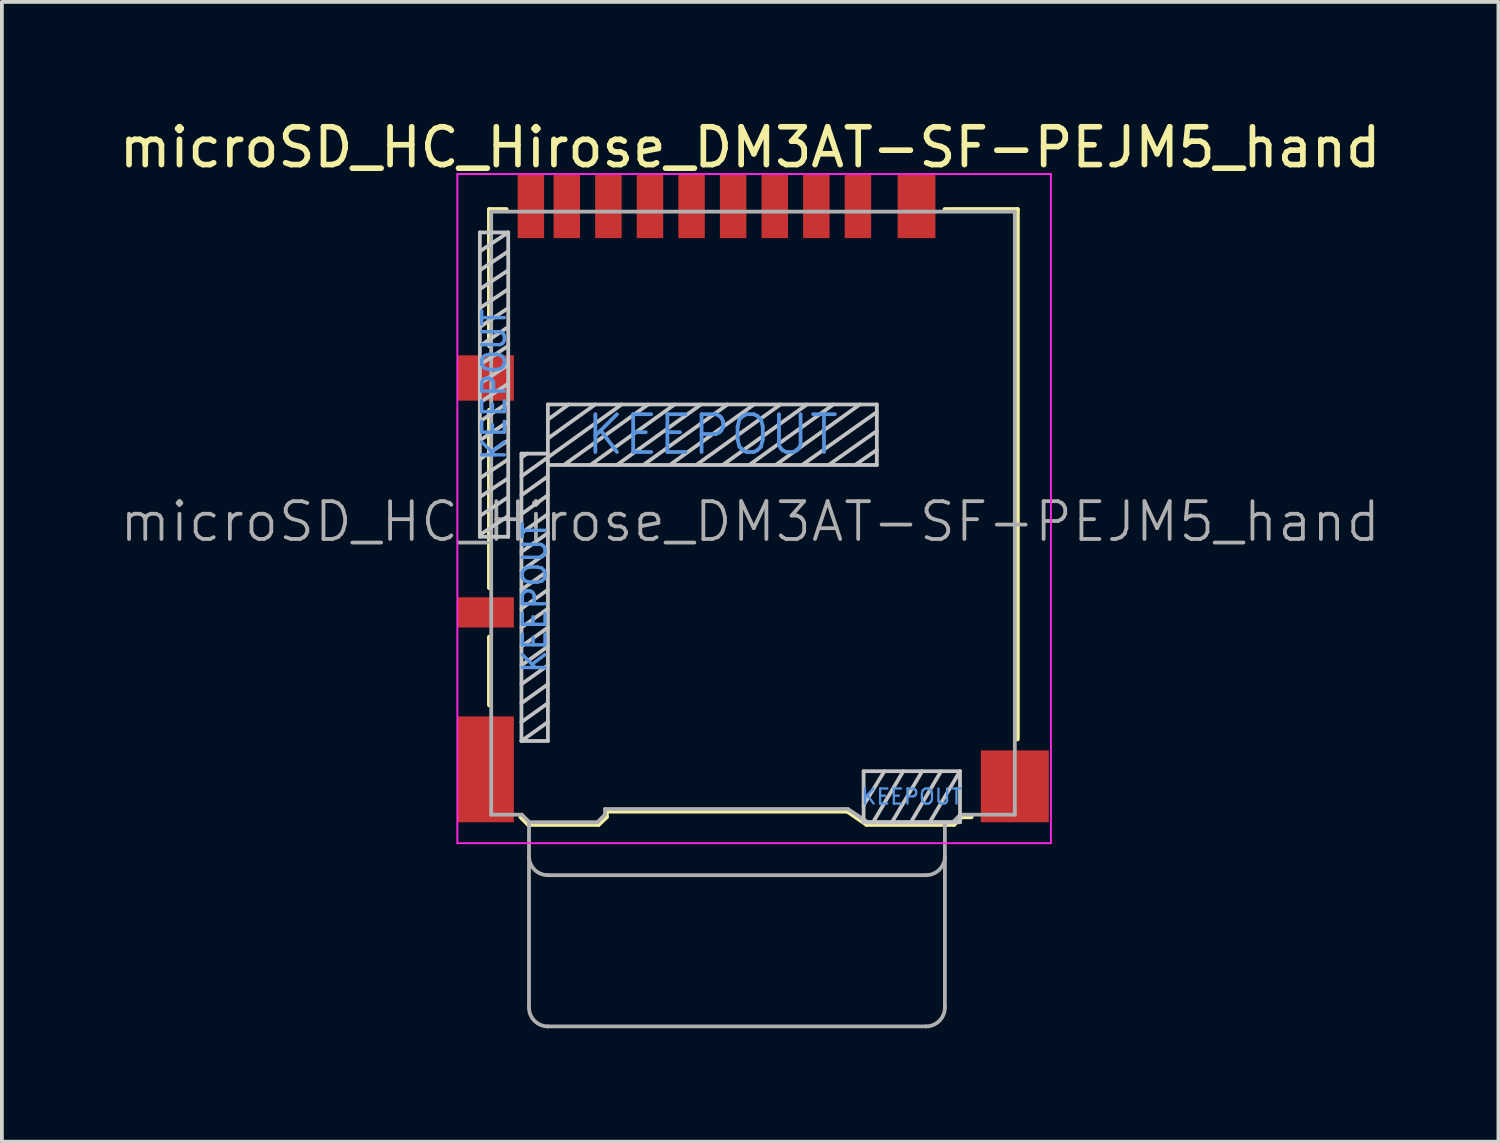
<source format=kicad_pcb>
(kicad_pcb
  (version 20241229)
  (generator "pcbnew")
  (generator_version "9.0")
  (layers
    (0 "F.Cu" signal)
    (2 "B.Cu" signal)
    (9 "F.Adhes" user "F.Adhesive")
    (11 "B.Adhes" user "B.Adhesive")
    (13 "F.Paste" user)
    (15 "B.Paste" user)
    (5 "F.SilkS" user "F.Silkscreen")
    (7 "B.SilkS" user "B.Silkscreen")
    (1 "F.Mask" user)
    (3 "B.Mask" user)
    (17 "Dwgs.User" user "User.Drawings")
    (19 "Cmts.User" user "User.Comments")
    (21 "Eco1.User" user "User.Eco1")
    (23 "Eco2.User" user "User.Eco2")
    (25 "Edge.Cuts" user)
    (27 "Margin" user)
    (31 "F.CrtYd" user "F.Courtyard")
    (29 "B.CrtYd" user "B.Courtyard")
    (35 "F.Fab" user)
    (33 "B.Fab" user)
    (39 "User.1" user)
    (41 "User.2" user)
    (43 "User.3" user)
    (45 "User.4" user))
  (footprint "microSD_HC_Hirose_DM3AT-SF-PEJM5_hand"
    (layer "F.Cu")
    (at 16.867 10.373)
    (property "Reference" "microSD_HC_Hirose_DM3AT-SF-PEJM5_hand" (at -0.075 -9.525 180) (layer "F.SilkS") (effects (font (size 1 1) (thickness 0.15))))
    (attr smd)
    (fp_line (start -6.975 -7.885) (end -6.975 -4.275) (stroke (width 0.12) (type solid)) (layer "F.SilkS"))
    (fp_line (start -6.975 -2.575) (end -6.975 2.125) (stroke (width 0.12) (type solid)) (layer "F.SilkS"))
    (fp_line (start -6.975 3.425) (end -6.975 5.225) (stroke (width 0.12) (type solid)) (layer "F.SilkS"))
    (fp_line (start -6.525 -7.885) (end -6.975 -7.885) (stroke (width 0.12) (type solid)) (layer "F.SilkS"))
    (fp_line (start -5.945 8.385) (end -6.145 8.185) (stroke (width 0.12) (type solid)) (layer "F.SilkS"))
    (fp_line (start -5.945 8.385) (end -4.085 8.385) (stroke (width 0.12) (type solid)) (layer "F.SilkS"))
    (fp_line (start -4.085 8.385) (end -3.875 8.185) (stroke (width 0.12) (type solid)) (layer "F.SilkS"))
    (fp_line (start -3.875 8.035) (end -3.875 8.185) (stroke (width 0.12) (type solid)) (layer "F.SilkS"))
    (fp_line (start -3.875 8.035) (end 2.495 8.035) (stroke (width 0.12) (type solid)) (layer "F.SilkS"))
    (fp_line (start 3.005 8.385) (end 2.495 8.035) (stroke (width 0.12) (type solid)) (layer "F.SilkS"))
    (fp_line (start 5.075 -7.885) (end 6.995 -7.885) (stroke (width 0.12) (type solid)) (layer "F.SilkS"))
    (fp_line (start 5.315 8.385) (end 3.005 8.385) (stroke (width 0.12) (type solid)) (layer "F.SilkS"))
    (fp_line (start 5.315 8.385) (end 5.515 8.185) (stroke (width 0.12) (type solid)) (layer "F.SilkS"))
    (fp_line (start 5.515 8.185) (end 5.775 8.185) (stroke (width 0.12) (type solid)) (layer "F.SilkS"))
    (fp_line (start 6.995 -7.885) (end 6.995 6.125) (stroke (width 0.12) (type solid)) (layer "F.SilkS"))
    (fp_line (start -7.225 -7.275) (end -6.475 -7.275) (stroke (width 0.1) (type solid)) (layer "Dwgs.User"))
    (fp_line (start -7.225 0.775) (end -7.225 -7.275) (stroke (width 0.1) (type solid)) (layer "Dwgs.User"))
    (fp_line (start -6.475 -7.275) (end -7.225 -6.775) (stroke (width 0.1) (type solid)) (layer "Dwgs.User"))
    (fp_line (start -6.475 -7.275) (end -6.475 0.775) (stroke (width 0.1) (type solid)) (layer "Dwgs.User"))
    (fp_line (start -6.475 -6.775) (end -7.225 -6.275) (stroke (width 0.1) (type solid)) (layer "Dwgs.User"))
    (fp_line (start -6.475 -6.275) (end -7.225 -5.775) (stroke (width 0.1) (type solid)) (layer "Dwgs.User"))
    (fp_line (start -6.475 -5.775) (end -7.225 -5.275) (stroke (width 0.1) (type solid)) (layer "Dwgs.User"))
    (fp_line (start -6.475 -5.275) (end -7.225 -4.775) (stroke (width 0.1) (type solid)) (layer "Dwgs.User"))
    (fp_line (start -6.475 -4.775) (end -7.225 -4.275) (stroke (width 0.1) (type solid)) (layer "Dwgs.User"))
    (fp_line (start -6.475 -4.275) (end -7.225 -3.775) (stroke (width 0.1) (type solid)) (layer "Dwgs.User"))
    (fp_line (start -6.475 -3.775) (end -7.225 -3.275) (stroke (width 0.1) (type solid)) (layer "Dwgs.User"))
    (fp_line (start -6.475 -3.275) (end -7.225 -2.775) (stroke (width 0.1) (type solid)) (layer "Dwgs.User"))
    (fp_line (start -6.475 -2.775) (end -7.225 -2.275) (stroke (width 0.1) (type solid)) (layer "Dwgs.User"))
    (fp_line (start -6.475 -2.275) (end -7.225 -1.775) (stroke (width 0.1) (type solid)) (layer "Dwgs.User"))
    (fp_line (start -6.475 -1.775) (end -7.225 -1.275) (stroke (width 0.1) (type solid)) (layer "Dwgs.User"))
    (fp_line (start -6.475 -1.275) (end -7.225 -0.775) (stroke (width 0.1) (type solid)) (layer "Dwgs.User"))
    (fp_line (start -6.475 -0.775) (end -7.225 -0.275) (stroke (width 0.1) (type solid)) (layer "Dwgs.User"))
    (fp_line (start -6.475 -0.275) (end -7.225 0.225) (stroke (width 0.1) (type solid)) (layer "Dwgs.User"))
    (fp_line (start -6.475 0.225) (end -7.225 0.725) (stroke (width 0.1) (type solid)) (layer "Dwgs.User"))
    (fp_line (start -6.475 0.775) (end -7.225 0.775) (stroke (width 0.1) (type solid)) (layer "Dwgs.User"))
    (fp_line (start -6.125 -1.425) (end -5.425 -1.425) (stroke (width 0.1) (type solid)) (layer "Dwgs.User"))
    (fp_line (start -6.125 -1.325) (end -5.975 -1.425) (stroke (width 0.1) (type solid)) (layer "Dwgs.User"))
    (fp_line (start -6.125 -0.825) (end -5.425 -1.325) (stroke (width 0.1) (type solid)) (layer "Dwgs.User"))
    (fp_line (start -6.125 -0.325) (end -5.425 -0.825) (stroke (width 0.1) (type solid)) (layer "Dwgs.User"))
    (fp_line (start -6.125 0.175) (end -5.425 -0.325) (stroke (width 0.1) (type solid)) (layer "Dwgs.User"))
    (fp_line (start -6.125 0.675) (end -5.425 0.175) (stroke (width 0.1) (type solid)) (layer "Dwgs.User"))
    (fp_line (start -6.125 1.175) (end -5.425 0.675) (stroke (width 0.1) (type solid)) (layer "Dwgs.User"))
    (fp_line (start -6.125 1.675) (end -5.425 1.175) (stroke (width 0.1) (type solid)) (layer "Dwgs.User"))
    (fp_line (start -6.125 2.175) (end -5.425 1.675) (stroke (width 0.1) (type solid)) (layer "Dwgs.User"))
    (fp_line (start -6.125 2.675) (end -5.425 2.175) (stroke (width 0.1) (type solid)) (layer "Dwgs.User"))
    (fp_line (start -6.125 3.175) (end -5.425 2.675) (stroke (width 0.1) (type solid)) (layer "Dwgs.User"))
    (fp_line (start -6.125 3.675) (end -5.425 3.175) (stroke (width 0.1) (type solid)) (layer "Dwgs.User"))
    (fp_line (start -6.125 4.175) (end -5.425 3.675) (stroke (width 0.1) (type solid)) (layer "Dwgs.User"))
    (fp_line (start -6.125 4.675) (end -5.425 4.175) (stroke (width 0.1) (type solid)) (layer "Dwgs.User"))
    (fp_line (start -6.125 5.175) (end -5.425 4.675) (stroke (width 0.1) (type solid)) (layer "Dwgs.User"))
    (fp_line (start -6.125 5.675) (end -5.425 5.175) (stroke (width 0.1) (type solid)) (layer "Dwgs.User"))
    (fp_line (start -6.125 6.175) (end -6.125 -1.425) (stroke (width 0.1) (type solid)) (layer "Dwgs.User"))
    (fp_line (start -6.125 6.175) (end -5.425 5.675) (stroke (width 0.1) (type solid)) (layer "Dwgs.User"))
    (fp_line (start -5.425 -2.725) (end -5.425 6.175) (stroke (width 0.1) (type solid)) (layer "Dwgs.User"))
    (fp_line (start -5.425 -2.725) (end 3.275 -2.725) (stroke (width 0.1) (type solid)) (layer "Dwgs.User"))
    (fp_line (start -5.425 -1.325) (end -3.475 -2.725) (stroke (width 0.1) (type solid)) (layer "Dwgs.User"))
    (fp_line (start -5.425 6.175) (end -6.125 6.175) (stroke (width 0.1) (type solid)) (layer "Dwgs.User"))
    (fp_line (start -4.875 -2.725) (end -5.425 -2.325) (stroke (width 0.1) (type solid)) (layer "Dwgs.User"))
    (fp_line (start -4.175 -2.725) (end -5.425 -1.825) (stroke (width 0.1) (type solid)) (layer "Dwgs.User"))
    (fp_line (start -2.775 -2.725) (end -5 -1.125) (stroke (width 0.1) (type solid)) (layer "Dwgs.User"))
    (fp_line (start -2.075 -2.725) (end -4.3 -1.125) (stroke (width 0.1) (type solid)) (layer "Dwgs.User"))
    (fp_line (start -1.375 -2.725) (end -3.6 -1.125) (stroke (width 0.1) (type solid)) (layer "Dwgs.User"))
    (fp_line (start -0.675 -2.725) (end -2.9 -1.125) (stroke (width 0.1) (type solid)) (layer "Dwgs.User"))
    (fp_line (start 0.025 -2.725) (end -2.2 -1.125) (stroke (width 0.1) (type solid)) (layer "Dwgs.User"))
    (fp_line (start 0.725 -2.725) (end -1.5 -1.125) (stroke (width 0.1) (type solid)) (layer "Dwgs.User"))
    (fp_line (start 1.425 -2.725) (end -0.8 -1.125) (stroke (width 0.1) (type solid)) (layer "Dwgs.User"))
    (fp_line (start 2.125 -2.725) (end -0.1 -1.125) (stroke (width 0.1) (type solid)) (layer "Dwgs.User"))
    (fp_line (start 2.825 -2.725) (end 0.6 -1.125) (stroke (width 0.1) (type solid)) (layer "Dwgs.User"))
    (fp_line (start 2.925 6.975) (end 5.475 6.975) (stroke (width 0.1) (type solid)) (layer "Dwgs.User"))
    (fp_line (start 2.925 8.325) (end 2.925 6.975) (stroke (width 0.1) (type solid)) (layer "Dwgs.User"))
    (fp_line (start 3.275 -2.725) (end 3.275 -1.125) (stroke (width 0.1) (type solid)) (layer "Dwgs.User"))
    (fp_line (start 3.275 -2.525) (end 1.3 -1.125) (stroke (width 0.1) (type solid)) (layer "Dwgs.User"))
    (fp_line (start 3.275 -2.025) (end 2 -1.125) (stroke (width 0.1) (type solid)) (layer "Dwgs.User"))
    (fp_line (start 3.275 -1.525) (end 2.7 -1.125) (stroke (width 0.1) (type solid)) (layer "Dwgs.User"))
    (fp_line (start 3.275 -1.125) (end -5.425 -1.125) (stroke (width 0.1) (type solid)) (layer "Dwgs.User"))
    (fp_line (start 3.475 6.975) (end 2.925 7.875) (stroke (width 0.1) (type solid)) (layer "Dwgs.User"))
    (fp_line (start 3.975 6.975) (end 3.175 8.325) (stroke (width 0.1) (type solid)) (layer "Dwgs.User"))
    (fp_line (start 4.475 6.975) (end 3.675 8.325) (stroke (width 0.1) (type solid)) (layer "Dwgs.User"))
    (fp_line (start 4.975 6.975) (end 4.175 8.325) (stroke (width 0.1) (type solid)) (layer "Dwgs.User"))
    (fp_line (start 5.475 6.975) (end 4.675 8.325) (stroke (width 0.1) (type solid)) (layer "Dwgs.User"))
    (fp_line (start 5.475 6.975) (end 5.475 8.325) (stroke (width 0.1) (type solid)) (layer "Dwgs.User"))
    (fp_line (start 5.475 8.325) (end 2.925 8.325) (stroke (width 0.1) (type solid)) (layer "Dwgs.User"))
    (fp_line (start -7.82 -8.82) (end 7.88 -8.82) (stroke (width 0.05) (type solid)) (layer "F.CrtYd"))
    (fp_line (start -7.82 8.88) (end -7.82 -8.82) (stroke (width 0.05) (type solid)) (layer "F.CrtYd"))
    (fp_line (start 7.88 -8.82) (end 7.88 8.88) (stroke (width 0.05) (type solid)) (layer "F.CrtYd"))
    (fp_line (start 7.88 8.88) (end -7.82 8.88) (stroke (width 0.05) (type solid)) (layer "F.CrtYd"))
    (fp_line (start -6.925 8.125) (end -6.925 -7.825) (stroke (width 0.1) (type solid)) (layer "F.Fab"))
    (fp_line (start -6.115 8.125) (end -6.925 8.125) (stroke (width 0.1) (type solid)) (layer "F.Fab"))
    (fp_line (start -5.925 8.325) (end -5.925 13.225) (stroke (width 0.1) (type solid)) (layer "F.Fab"))
    (fp_line (start -5.915 8.325) (end -6.115 8.125) (stroke (width 0.1) (type solid)) (layer "F.Fab"))
    (fp_line (start -5.425 9.725) (end 4.575 9.725) (stroke (width 0.1) (type solid)) (layer "F.Fab"))
    (fp_line (start -5.425 13.725) (end 4.575 13.725) (stroke (width 0.1) (type solid)) (layer "F.Fab"))
    (fp_line (start -4.115 8.325) (end -5.915 8.325) (stroke (width 0.1) (type solid)) (layer "F.Fab"))
    (fp_line (start -3.915 8.125) (end -4.115 8.325) (stroke (width 0.1) (type solid)) (layer "F.Fab"))
    (fp_line (start -3.915 8.125) (end -3.915 7.975) (stroke (width 0.1) (type solid)) (layer "F.Fab"))
    (fp_line (start 2.51 7.975) (end -3.915 7.975) (stroke (width 0.1) (type solid)) (layer "F.Fab"))
    (fp_line (start 3.035 8.325) (end 2.51 7.975) (stroke (width 0.1) (type solid)) (layer "F.Fab"))
    (fp_line (start 5.075 13.225) (end 5.075 8.325) (stroke (width 0.1) (type solid)) (layer "F.Fab"))
    (fp_line (start 5.285 8.325) (end 3.035 8.325) (stroke (width 0.1) (type solid)) (layer "F.Fab"))
    (fp_line (start 5.285 8.325) (end 5.485 8.125) (stroke (width 0.1) (type solid)) (layer "F.Fab"))
    (fp_line (start 5.485 8.125) (end 6.925 8.125) (stroke (width 0.1) (type solid)) (layer "F.Fab"))
    (fp_line (start 6.925 -7.825) (end -6.925 -7.825) (stroke (width 0.1) (type solid)) (layer "F.Fab"))
    (fp_line (start 6.925 8.125) (end 6.925 -7.825) (stroke (width 0.1) (type solid)) (layer "F.Fab"))
    (fp_arc (start -5.425 9.725) (mid -5.778553 9.578553) (end -5.925 9.225) (stroke (width 0.1) (type solid)) (layer "F.Fab"))
    (fp_arc (start -5.425 13.725) (mid -5.778553 13.578553) (end -5.925 13.225) (stroke (width 0.1) (type solid)) (layer "F.Fab"))
    (fp_arc (start 5.075 9.225) (mid 4.928553 9.578553) (end 4.575 9.725) (stroke (width 0.1) (type solid)) (layer "F.Fab"))
    (fp_arc (start 5.075 13.225) (mid 4.928553 13.578553) (end 4.575 13.725) (stroke (width 0.1) (type solid)) (layer "F.Fab"))
    (fp_text user "KEEPOUT" (at -6.85 -3.25 270) (layer "Cmts.User") (effects (font (size 0.6 0.6) (thickness 0.09))))
    (fp_text user "KEEPOUT" (at -1.075 -1.925 180) (layer "Cmts.User") (effects (font (size 1 1) (thickness 0.1))))
    (fp_text user "KEEPOUT" (at 4.2 7.65 180) (layer "Cmts.User") (effects (font (size 0.4 0.4) (thickness 0.06))))
    (fp_text user "KEEPOUT" (at -5.775 2.375 270) (layer "Cmts.User") (effects (font (size 0.6 0.6) (thickness 0.09))))
    (fp_text user "${REFERENCE}" (at -0.075 0.375 180) (layer "F.Fab") (effects (font (size 1 1) (thickness 0.1))))
    (pad "1" smd rect (at 2.775 -7.975) (size 0.7 1.7) (layers "F.Cu" "F.Mask" "F.Paste"))
    (pad "2" smd rect (at 1.675 -7.975) (size 0.7 1.7) (layers "F.Cu" "F.Mask" "F.Paste"))
    (pad "3" smd rect (at 0.575 -7.975) (size 0.7 1.7) (layers "F.Cu" "F.Mask" "F.Paste"))
    (pad "4" smd rect (at -0.525 -7.975) (size 0.7 1.7) (layers "F.Cu" "F.Mask" "F.Paste"))
    (pad "5" smd rect (at -1.625 -7.975) (size 0.7 1.7) (layers "F.Cu" "F.Mask" "F.Paste"))
    (pad "6" smd rect (at -2.725 -7.975) (size 0.7 1.7) (layers "F.Cu" "F.Mask" "F.Paste"))
    (pad "7" smd rect (at -3.825 -7.975) (size 0.7 1.7) (layers "F.Cu" "F.Mask" "F.Paste"))
    (pad "8" smd rect (at -4.925 -7.975) (size 0.7 1.7) (layers "F.Cu" "F.Mask" "F.Paste"))
    (pad "9" smd rect (at -5.875 -7.975) (size 0.7 1.7) (layers "F.Cu" "F.Mask" "F.Paste"))
    (pad "10" smd rect (at -7.075 2.775) (size 1.5 0.8) (layers "F.Cu" "F.Mask" "F.Paste"))
    (pad "11" smd rect (at -7.075 -3.425) (size 1.5 1.2) (layers "F.Cu" "F.Mask" "F.Paste"))
    (pad "11" smd rect (at -7.075 6.925) (size 1.5 2.8) (layers "F.Cu" "F.Mask" "F.Paste"))
    (pad "11" smd rect (at 4.325 -7.975) (size 1 1.7) (layers "F.Cu" "F.Mask" "F.Paste"))
    (pad "11" smd rect (at 6.925 7.375) (size 1.8 1.9) (layers "F.Cu" "F.Mask" "F.Paste")))
  (gr_rect
    (start -3 -3)
    (end 36.583 27.148)
    (stroke (width 0.1) (type default))
    (fill no)
    (layer "Edge.Cuts")))
</source>
